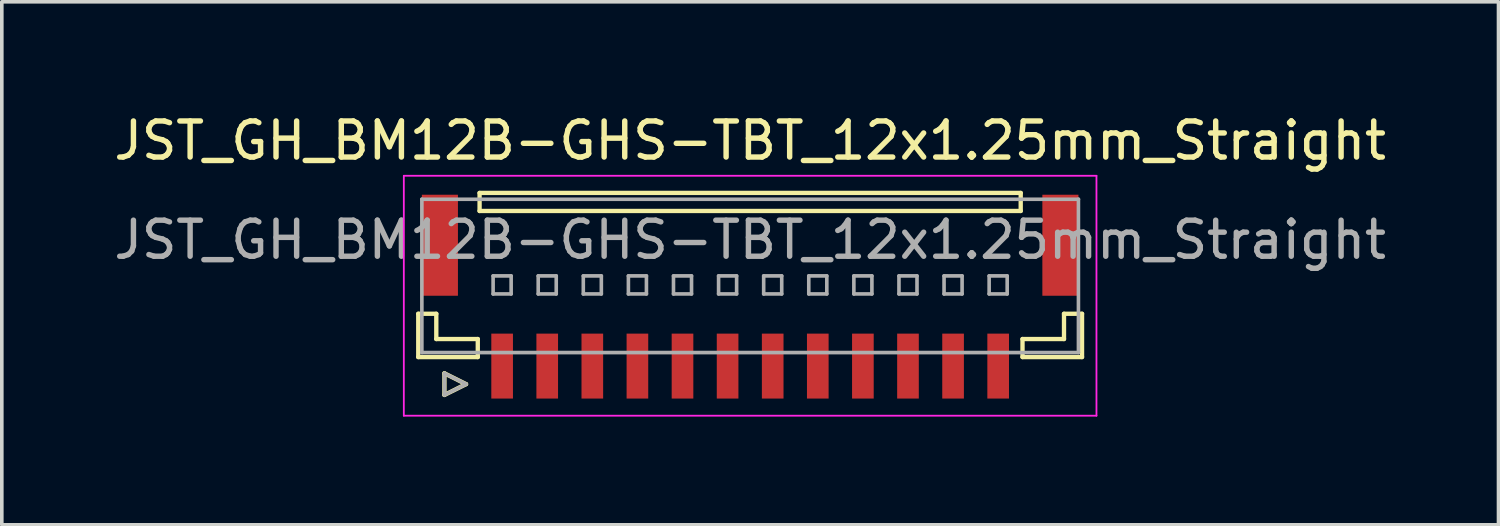
<source format=kicad_pcb>
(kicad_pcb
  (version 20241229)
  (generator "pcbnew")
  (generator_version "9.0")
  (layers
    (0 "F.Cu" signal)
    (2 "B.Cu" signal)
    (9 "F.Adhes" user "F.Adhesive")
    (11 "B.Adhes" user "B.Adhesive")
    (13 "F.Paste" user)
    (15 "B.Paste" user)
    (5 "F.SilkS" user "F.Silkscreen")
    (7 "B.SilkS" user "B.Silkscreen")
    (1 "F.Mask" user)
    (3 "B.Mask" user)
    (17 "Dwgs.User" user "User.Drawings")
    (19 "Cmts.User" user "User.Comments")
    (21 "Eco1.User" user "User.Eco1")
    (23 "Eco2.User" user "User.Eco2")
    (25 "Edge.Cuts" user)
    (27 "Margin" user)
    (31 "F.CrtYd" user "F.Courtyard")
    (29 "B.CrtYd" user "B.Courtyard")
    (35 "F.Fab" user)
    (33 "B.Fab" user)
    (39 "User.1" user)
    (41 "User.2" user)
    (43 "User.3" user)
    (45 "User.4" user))
  (footprint "JST_GH_BM12B-GHS-TBT_12x1.25mm_Straight"
    (layer "F.Cu")
    (at 17.744 5.423)
    (property "Reference" "JST_GH_BM12B-GHS-TBT_12x1.25mm_Straight" (at 0 -4.575 0) (layer "F.SilkS") (effects (font (size 1 1) (thickness 0.15))))
    (attr smd)
    (fp_line (start -9.2 0.225) (end -9.2 1.425) (stroke (width 0.12) (type solid)) (layer "F.SilkS"))
    (fp_line (start -9.2 1.425) (end -7.55 1.425) (stroke (width 0.12) (type solid)) (layer "F.SilkS"))
    (fp_line (start -8.7 0.225) (end -9.2 0.225) (stroke (width 0.12) (type solid)) (layer "F.SilkS"))
    (fp_line (start -8.7 0.925) (end -8.7 0.225) (stroke (width 0.12) (type solid)) (layer "F.SilkS"))
    (fp_line (start -8.475 1.875) (end -7.875 2.175) (stroke (width 0.12) (type solid)) (layer "F.SilkS"))
    (fp_line (start -8.475 2.475) (end -8.475 1.875) (stroke (width 0.12) (type solid)) (layer "F.SilkS"))
    (fp_line (start -7.875 2.175) (end -8.475 2.475) (stroke (width 0.12) (type solid)) (layer "F.SilkS"))
    (fp_line (start -7.55 0.925) (end -8.7 0.925) (stroke (width 0.12) (type solid)) (layer "F.SilkS"))
    (fp_line (start -7.55 1.425) (end -7.55 0.925) (stroke (width 0.12) (type solid)) (layer "F.SilkS"))
    (fp_line (start -7.5 -3.125) (end 7.5 -3.125) (stroke (width 0.12) (type solid)) (layer "F.SilkS"))
    (fp_line (start -7.5 -2.625) (end -7.5 -3.125) (stroke (width 0.12) (type solid)) (layer "F.SilkS"))
    (fp_line (start 7.5 -3.125) (end 7.5 -2.625) (stroke (width 0.12) (type solid)) (layer "F.SilkS"))
    (fp_line (start 7.5 -2.625) (end -7.5 -2.625) (stroke (width 0.12) (type solid)) (layer "F.SilkS"))
    (fp_line (start 7.55 0.925) (end 8.7 0.925) (stroke (width 0.12) (type solid)) (layer "F.SilkS"))
    (fp_line (start 7.55 1.425) (end 7.55 0.925) (stroke (width 0.12) (type solid)) (layer "F.SilkS"))
    (fp_line (start 8.7 0.225) (end 9.2 0.225) (stroke (width 0.12) (type solid)) (layer "F.SilkS"))
    (fp_line (start 8.7 0.925) (end 8.7 0.225) (stroke (width 0.12) (type solid)) (layer "F.SilkS"))
    (fp_line (start 9.2 0.225) (end 9.2 1.425) (stroke (width 0.12) (type solid)) (layer "F.SilkS"))
    (fp_line (start 9.2 1.425) (end 7.55 1.425) (stroke (width 0.12) (type solid)) (layer "F.SilkS"))
    (fp_line (start -9.6 -3.6) (end 9.6 -3.6) (stroke (width 0.05) (type solid)) (layer "F.CrtYd"))
    (fp_line (start -9.6 3.05) (end -9.6 -3.6) (stroke (width 0.05) (type solid)) (layer "F.CrtYd"))
    (fp_line (start 9.6 -3.6) (end 9.6 3.05) (stroke (width 0.05) (type solid)) (layer "F.CrtYd"))
    (fp_line (start 9.6 3.05) (end -9.6 3.05) (stroke (width 0.05) (type solid)) (layer "F.CrtYd"))
    (fp_line (start -9.1 -2.95) (end 9.1 -2.95) (stroke (width 0.1) (type solid)) (layer "F.Fab"))
    (fp_line (start -9.1 1.3) (end -9.1 -2.95) (stroke (width 0.1) (type solid)) (layer "F.Fab"))
    (fp_line (start -8.475 1.875) (end -7.875 2.175) (stroke (width 0.1) (type solid)) (layer "F.Fab"))
    (fp_line (start -8.475 2.475) (end -8.475 1.875) (stroke (width 0.1) (type solid)) (layer "F.Fab"))
    (fp_line (start -7.875 2.175) (end -8.475 2.475) (stroke (width 0.1) (type solid)) (layer "F.Fab"))
    (fp_line (start -7.125 -0.825) (end -6.625 -0.825) (stroke (width 0.1) (type solid)) (layer "F.Fab"))
    (fp_line (start -7.125 -0.325) (end -7.125 -0.825) (stroke (width 0.1) (type solid)) (layer "F.Fab"))
    (fp_line (start -6.625 -0.825) (end -6.625 -0.325) (stroke (width 0.1) (type solid)) (layer "F.Fab"))
    (fp_line (start -6.625 -0.325) (end -7.125 -0.325) (stroke (width 0.1) (type solid)) (layer "F.Fab"))
    (fp_line (start -5.875 -0.825) (end -5.375 -0.825) (stroke (width 0.1) (type solid)) (layer "F.Fab"))
    (fp_line (start -5.875 -0.325) (end -5.875 -0.825) (stroke (width 0.1) (type solid)) (layer "F.Fab"))
    (fp_line (start -5.375 -0.825) (end -5.375 -0.325) (stroke (width 0.1) (type solid)) (layer "F.Fab"))
    (fp_line (start -5.375 -0.325) (end -5.875 -0.325) (stroke (width 0.1) (type solid)) (layer "F.Fab"))
    (fp_line (start -4.625 -0.825) (end -4.125 -0.825) (stroke (width 0.1) (type solid)) (layer "F.Fab"))
    (fp_line (start -4.625 -0.325) (end -4.625 -0.825) (stroke (width 0.1) (type solid)) (layer "F.Fab"))
    (fp_line (start -4.125 -0.825) (end -4.125 -0.325) (stroke (width 0.1) (type solid)) (layer "F.Fab"))
    (fp_line (start -4.125 -0.325) (end -4.625 -0.325) (stroke (width 0.1) (type solid)) (layer "F.Fab"))
    (fp_line (start -3.375 -0.825) (end -2.875 -0.825) (stroke (width 0.1) (type solid)) (layer "F.Fab"))
    (fp_line (start -3.375 -0.325) (end -3.375 -0.825) (stroke (width 0.1) (type solid)) (layer "F.Fab"))
    (fp_line (start -2.875 -0.825) (end -2.875 -0.325) (stroke (width 0.1) (type solid)) (layer "F.Fab"))
    (fp_line (start -2.875 -0.325) (end -3.375 -0.325) (stroke (width 0.1) (type solid)) (layer "F.Fab"))
    (fp_line (start -2.125 -0.825) (end -1.625 -0.825) (stroke (width 0.1) (type solid)) (layer "F.Fab"))
    (fp_line (start -2.125 -0.325) (end -2.125 -0.825) (stroke (width 0.1) (type solid)) (layer "F.Fab"))
    (fp_line (start -1.625 -0.825) (end -1.625 -0.325) (stroke (width 0.1) (type solid)) (layer "F.Fab"))
    (fp_line (start -1.625 -0.325) (end -2.125 -0.325) (stroke (width 0.1) (type solid)) (layer "F.Fab"))
    (fp_line (start -0.875 -0.825) (end -0.375 -0.825) (stroke (width 0.1) (type solid)) (layer "F.Fab"))
    (fp_line (start -0.875 -0.325) (end -0.875 -0.825) (stroke (width 0.1) (type solid)) (layer "F.Fab"))
    (fp_line (start -0.375 -0.825) (end -0.375 -0.325) (stroke (width 0.1) (type solid)) (layer "F.Fab"))
    (fp_line (start -0.375 -0.325) (end -0.875 -0.325) (stroke (width 0.1) (type solid)) (layer "F.Fab"))
    (fp_line (start 0.375 -0.825) (end 0.875 -0.825) (stroke (width 0.1) (type solid)) (layer "F.Fab"))
    (fp_line (start 0.375 -0.325) (end 0.375 -0.825) (stroke (width 0.1) (type solid)) (layer "F.Fab"))
    (fp_line (start 0.875 -0.825) (end 0.875 -0.325) (stroke (width 0.1) (type solid)) (layer "F.Fab"))
    (fp_line (start 0.875 -0.325) (end 0.375 -0.325) (stroke (width 0.1) (type solid)) (layer "F.Fab"))
    (fp_line (start 1.625 -0.825) (end 2.125 -0.825) (stroke (width 0.1) (type solid)) (layer "F.Fab"))
    (fp_line (start 1.625 -0.325) (end 1.625 -0.825) (stroke (width 0.1) (type solid)) (layer "F.Fab"))
    (fp_line (start 2.125 -0.825) (end 2.125 -0.325) (stroke (width 0.1) (type solid)) (layer "F.Fab"))
    (fp_line (start 2.125 -0.325) (end 1.625 -0.325) (stroke (width 0.1) (type solid)) (layer "F.Fab"))
    (fp_line (start 2.875 -0.825) (end 3.375 -0.825) (stroke (width 0.1) (type solid)) (layer "F.Fab"))
    (fp_line (start 2.875 -0.325) (end 2.875 -0.825) (stroke (width 0.1) (type solid)) (layer "F.Fab"))
    (fp_line (start 3.375 -0.825) (end 3.375 -0.325) (stroke (width 0.1) (type solid)) (layer "F.Fab"))
    (fp_line (start 3.375 -0.325) (end 2.875 -0.325) (stroke (width 0.1) (type solid)) (layer "F.Fab"))
    (fp_line (start 4.125 -0.825) (end 4.625 -0.825) (stroke (width 0.1) (type solid)) (layer "F.Fab"))
    (fp_line (start 4.125 -0.325) (end 4.125 -0.825) (stroke (width 0.1) (type solid)) (layer "F.Fab"))
    (fp_line (start 4.625 -0.825) (end 4.625 -0.325) (stroke (width 0.1) (type solid)) (layer "F.Fab"))
    (fp_line (start 4.625 -0.325) (end 4.125 -0.325) (stroke (width 0.1) (type solid)) (layer "F.Fab"))
    (fp_line (start 5.375 -0.825) (end 5.875 -0.825) (stroke (width 0.1) (type solid)) (layer "F.Fab"))
    (fp_line (start 5.375 -0.325) (end 5.375 -0.825) (stroke (width 0.1) (type solid)) (layer "F.Fab"))
    (fp_line (start 5.875 -0.825) (end 5.875 -0.325) (stroke (width 0.1) (type solid)) (layer "F.Fab"))
    (fp_line (start 5.875 -0.325) (end 5.375 -0.325) (stroke (width 0.1) (type solid)) (layer "F.Fab"))
    (fp_line (start 6.625 -0.825) (end 7.125 -0.825) (stroke (width 0.1) (type solid)) (layer "F.Fab"))
    (fp_line (start 6.625 -0.325) (end 6.625 -0.825) (stroke (width 0.1) (type solid)) (layer "F.Fab"))
    (fp_line (start 7.125 -0.825) (end 7.125 -0.325) (stroke (width 0.1) (type solid)) (layer "F.Fab"))
    (fp_line (start 7.125 -0.325) (end 6.625 -0.325) (stroke (width 0.1) (type solid)) (layer "F.Fab"))
    (fp_line (start 9.1 -2.95) (end 9.1 1.3) (stroke (width 0.1) (type solid)) (layer "F.Fab"))
    (fp_line (start 9.1 1.3) (end -9.1 1.3) (stroke (width 0.1) (type solid)) (layer "F.Fab"))
    (fp_text user "${REFERENCE}" (at 0 -1.825 0) (layer "F.Fab") (effects (font (size 1 1) (thickness 0.15))))
    (pad "" smd rect (at -8.6 -1.675) (size 1 2.8) (layers "F.Cu" "F.Mask" "F.Paste"))
    (pad "" smd rect (at 8.6 -1.675) (size 1 2.8) (layers "F.Cu" "F.Mask" "F.Paste"))
    (pad "1" smd rect (at -6.875 1.675) (size 0.6 1.8) (layers "F.Cu" "F.Mask" "F.Paste"))
    (pad "2" smd rect (at -5.625 1.675) (size 0.6 1.8) (layers "F.Cu" "F.Mask" "F.Paste"))
    (pad "3" smd rect (at -4.375 1.675) (size 0.6 1.8) (layers "F.Cu" "F.Mask" "F.Paste"))
    (pad "4" smd rect (at -3.125 1.675) (size 0.6 1.8) (layers "F.Cu" "F.Mask" "F.Paste"))
    (pad "5" smd rect (at -1.875 1.675) (size 0.6 1.8) (layers "F.Cu" "F.Mask" "F.Paste"))
    (pad "6" smd rect (at -0.625 1.675) (size 0.6 1.8) (layers "F.Cu" "F.Mask" "F.Paste"))
    (pad "7" smd rect (at 0.625 1.675) (size 0.6 1.8) (layers "F.Cu" "F.Mask" "F.Paste"))
    (pad "8" smd rect (at 1.875 1.675) (size 0.6 1.8) (layers "F.Cu" "F.Mask" "F.Paste"))
    (pad "9" smd rect (at 3.125 1.675) (size 0.6 1.8) (layers "F.Cu" "F.Mask" "F.Paste"))
    (pad "10" smd rect (at 4.375 1.675) (size 0.6 1.8) (layers "F.Cu" "F.Mask" "F.Paste"))
    (pad "11" smd rect (at 5.625 1.675) (size 0.6 1.8) (layers "F.Cu" "F.Mask" "F.Paste"))
    (pad "12" smd rect (at 6.875 1.675) (size 0.6 1.8) (layers "F.Cu" "F.Mask" "F.Paste")))
  (gr_rect
    (start -3 -3)
    (end 38.488 11.498)
    (stroke (width 0.1) (type default))
    (fill no)
    (layer "Edge.Cuts")))
</source>
